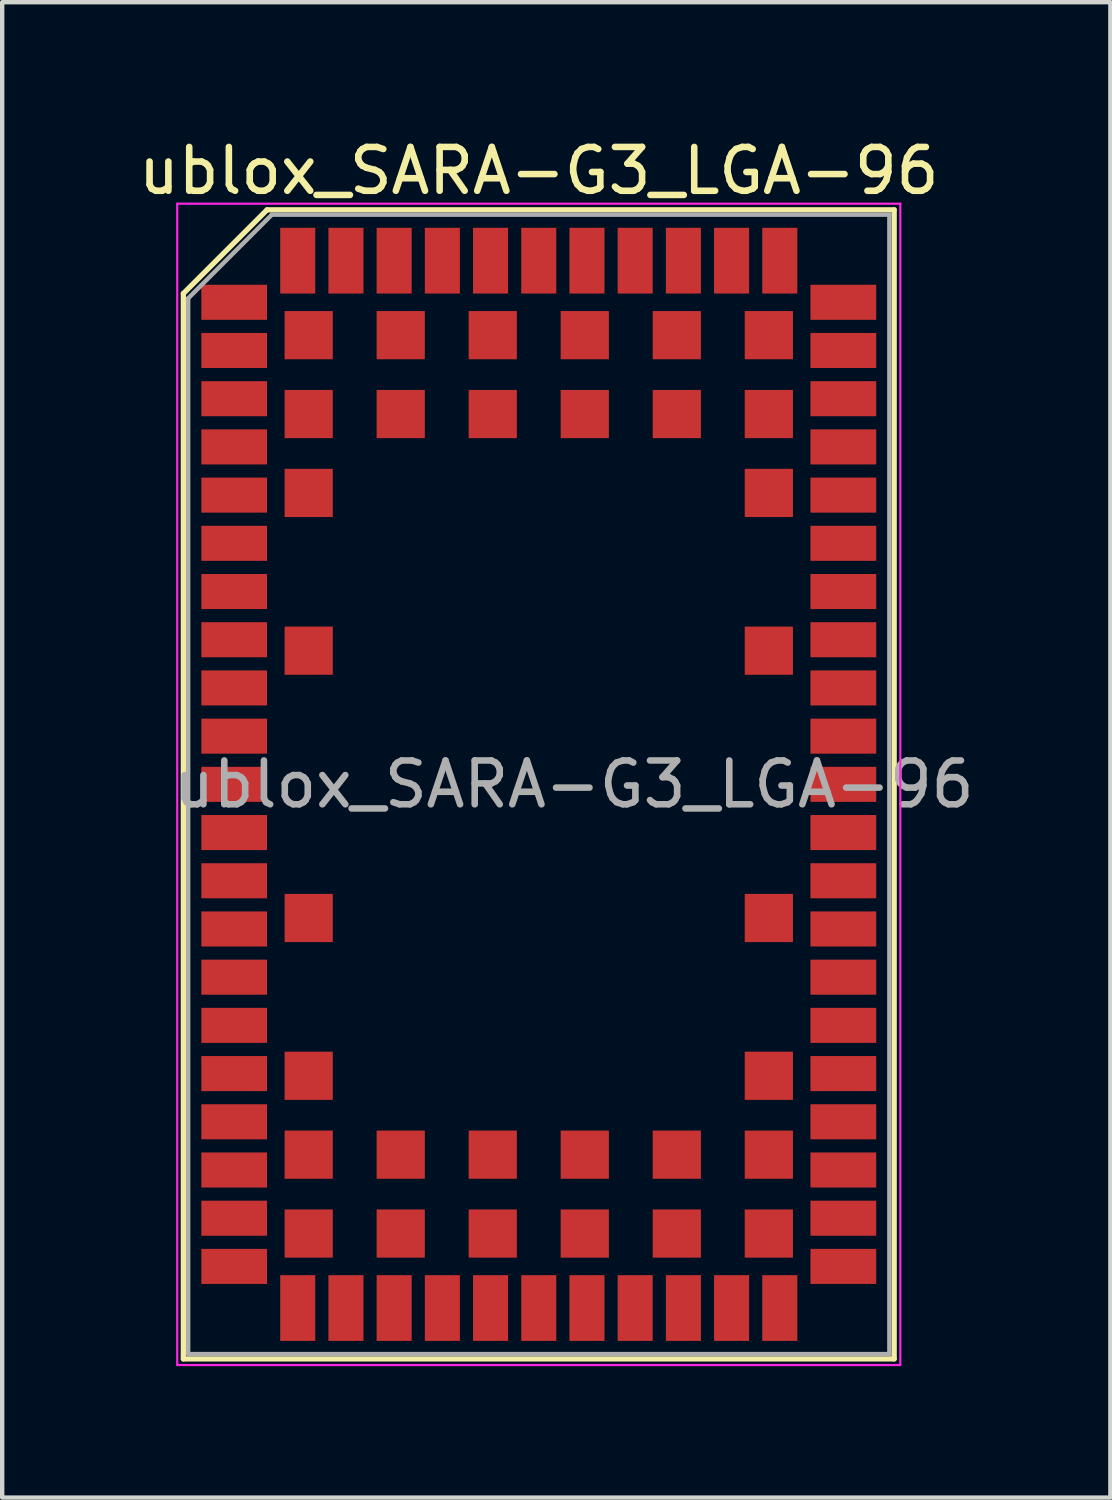
<source format=kicad_pcb>
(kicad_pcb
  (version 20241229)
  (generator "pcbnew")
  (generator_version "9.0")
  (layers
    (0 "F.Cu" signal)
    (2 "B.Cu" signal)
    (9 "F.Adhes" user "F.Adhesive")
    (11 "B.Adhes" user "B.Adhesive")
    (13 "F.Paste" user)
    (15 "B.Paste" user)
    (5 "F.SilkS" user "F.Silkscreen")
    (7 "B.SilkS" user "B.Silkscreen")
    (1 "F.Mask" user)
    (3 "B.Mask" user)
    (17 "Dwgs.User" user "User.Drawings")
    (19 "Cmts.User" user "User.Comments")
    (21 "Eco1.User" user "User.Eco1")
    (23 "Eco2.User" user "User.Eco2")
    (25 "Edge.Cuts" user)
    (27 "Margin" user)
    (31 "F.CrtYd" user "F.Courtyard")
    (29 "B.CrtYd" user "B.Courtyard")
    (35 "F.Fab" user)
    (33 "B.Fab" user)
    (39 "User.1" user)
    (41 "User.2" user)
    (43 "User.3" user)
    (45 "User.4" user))
  (footprint "ublox_SARA-G3_LGA-96"
    (layer "F.Cu")
    (at 9.244 14.848)
    (property "Reference" "ublox_SARA-G3_LGA-96" (at 0 -14 0) (layer "F.SilkS") (effects (font (size 1 1) (thickness 0.15))))
    (attr smd)
    (fp_line (start -8.11 -11.2) (end -8.11 13.11) (stroke (width 0.12) (type solid)) (layer "F.SilkS"))
    (fp_line (start -6.2 -13.11) (end -8.11 -11.2) (stroke (width 0.12) (type solid)) (layer "F.SilkS"))
    (fp_line (start 8.11 -13.11) (end -6.2 -13.11) (stroke (width 0.12) (type solid)) (layer "F.SilkS"))
    (fp_line (start 8.11 -13.11) (end 8.11 13.11) (stroke (width 0.12) (type solid)) (layer "F.SilkS"))
    (fp_line (start 8.11 13.11) (end -8.11 13.11) (stroke (width 0.12) (type solid)) (layer "F.SilkS"))
    (fp_line (start -8.25 -13.25) (end -8.25 13.25) (stroke (width 0.05) (type solid)) (layer "F.CrtYd"))
    (fp_line (start 8.25 -13.25) (end -8.25 -13.25) (stroke (width 0.05) (type solid)) (layer "F.CrtYd"))
    (fp_line (start 8.25 -13.25) (end 8.25 13.25) (stroke (width 0.05) (type solid)) (layer "F.CrtYd"))
    (fp_line (start 8.25 13.25) (end -8.25 13.25) (stroke (width 0.05) (type solid)) (layer "F.CrtYd"))
    (fp_line (start -8 -11.09) (end -8 13) (stroke (width 0.1) (type solid)) (layer "F.Fab"))
    (fp_line (start -6.09 -13) (end -8 -11.09) (stroke (width 0.1) (type solid)) (layer "F.Fab"))
    (fp_line (start 8 -13) (end -6.09 -13) (stroke (width 0.1) (type solid)) (layer "F.Fab"))
    (fp_line (start 8 -13) (end 8 13) (stroke (width 0.1) (type solid)) (layer "F.Fab"))
    (fp_line (start 8 13) (end -8 13) (stroke (width 0.1) (type solid)) (layer "F.Fab"))
    (fp_text user "${REFERENCE}" (at 0.8 0 0) (layer "F.Fab") (effects (font (size 1 1) (thickness 0.15))))
    (pad "" smd rect (at -7 -11 270) (size 0.75 1.55) (layers "F.Paste"))
    (pad "" smd rect (at -7 -9.9 270) (size 0.75 1.55) (layers "F.Paste"))
    (pad "" smd rect (at -7 -8.8 270) (size 0.75 1.55) (layers "F.Paste"))
    (pad "" smd rect (at -7 -7.7 270) (size 0.75 1.55) (layers "F.Paste"))
    (pad "" smd rect (at -7 -6.6 270) (size 0.75 1.55) (layers "F.Paste"))
    (pad "" smd rect (at -7 -5.5 270) (size 0.75 1.55) (layers "F.Paste"))
    (pad "" smd rect (at -7 -4.4 270) (size 0.75 1.55) (layers "F.Paste"))
    (pad "" smd rect (at -7 -3.3 270) (size 0.75 1.55) (layers "F.Paste"))
    (pad "" smd rect (at -7 -2.2 270) (size 0.75 1.55) (layers "F.Paste"))
    (pad "" smd rect (at -7 -1.1 270) (size 0.75 1.55) (layers "F.Paste"))
    (pad "" smd rect (at -7 0 270) (size 0.75 1.55) (layers "F.Paste"))
    (pad "" smd rect (at -7 1.1 270) (size 0.75 1.55) (layers "F.Paste"))
    (pad "" smd rect (at -7 2.2 270) (size 0.75 1.55) (layers "F.Paste"))
    (pad "" smd rect (at -7 3.3 270) (size 0.75 1.55) (layers "F.Paste"))
    (pad "" smd rect (at -7 4.4 270) (size 0.75 1.55) (layers "F.Paste"))
    (pad "" smd rect (at -7 5.5 270) (size 0.75 1.55) (layers "F.Paste"))
    (pad "" smd rect (at -7 6.6 270) (size 0.75 1.55) (layers "F.Paste"))
    (pad "" smd rect (at -7 7.7 270) (size 0.75 1.55) (layers "F.Paste"))
    (pad "" smd rect (at -7 8.8 270) (size 0.75 1.55) (layers "F.Paste"))
    (pad "" smd rect (at -7 9.9 270) (size 0.75 1.55) (layers "F.Paste"))
    (pad "" smd rect (at -7 11 270) (size 0.75 1.55) (layers "F.Paste"))
    (pad "" smd rect (at -5.5 -12) (size 0.75 1.55) (layers "F.Paste"))
    (pad "" smd rect (at -5.5 12) (size 0.75 1.55) (layers "F.Paste"))
    (pad "" smd rect (at -5.25 -10.25 180) (size 1.05 1.05) (layers "F.Paste"))
    (pad "" smd rect (at -5.25 -8.45 180) (size 1.05 1.05) (layers "F.Paste"))
    (pad "" smd rect (at -5.25 -6.65 180) (size 1.05 1.05) (layers "F.Paste"))
    (pad "" smd rect (at -5.25 -3.05 180) (size 1.05 1.05) (layers "F.Paste"))
    (pad "" smd rect (at -5.25 3.05 180) (size 1.05 1.05) (layers "F.Paste"))
    (pad "" smd rect (at -5.25 6.65 180) (size 1.05 1.05) (layers "F.Paste"))
    (pad "" smd rect (at -5.25 8.45 180) (size 1.05 1.05) (layers "F.Paste"))
    (pad "" smd rect (at -5.25 10.25 180) (size 1.05 1.05) (layers "F.Paste"))
    (pad "" smd rect (at -4.4 -12) (size 0.75 1.55) (layers "F.Paste"))
    (pad "" smd rect (at -4.4 12) (size 0.75 1.55) (layers "F.Paste"))
    (pad "" smd rect (at -3.3 -12) (size 0.75 1.55) (layers "F.Paste"))
    (pad "" smd rect (at -3.3 12) (size 0.75 1.55) (layers "F.Paste"))
    (pad "" smd rect (at -3.15 -10.25 180) (size 1.05 1.05) (layers "F.Paste"))
    (pad "" smd rect (at -3.15 -8.45 180) (size 1.05 1.05) (layers "F.Paste"))
    (pad "" smd rect (at -3.15 8.45 180) (size 1.05 1.05) (layers "F.Paste"))
    (pad "" smd rect (at -3.15 10.25 180) (size 1.05 1.05) (layers "F.Paste"))
    (pad "" smd rect (at -2.2 -12) (size 0.75 1.55) (layers "F.Paste"))
    (pad "" smd rect (at -2.2 12) (size 0.75 1.55) (layers "F.Paste"))
    (pad "" smd rect (at -1.1 -12) (size 0.75 1.55) (layers "F.Paste"))
    (pad "" smd rect (at -1.1 12) (size 0.75 1.55) (layers "F.Paste"))
    (pad "" smd rect (at -1.05 -10.25 180) (size 1.05 1.05) (layers "F.Paste"))
    (pad "" smd rect (at -1.05 -8.45 180) (size 1.05 1.05) (layers "F.Paste"))
    (pad "" smd rect (at -1.05 8.45 180) (size 1.05 1.05) (layers "F.Paste"))
    (pad "" smd rect (at -1.05 10.25 180) (size 1.05 1.05) (layers "F.Paste"))
    (pad "" smd rect (at 0 -12) (size 0.75 1.55) (layers "F.Paste"))
    (pad "" smd rect (at 0 12) (size 0.75 1.55) (layers "F.Paste"))
    (pad "" smd rect (at 1.05 -10.25 180) (size 1.05 1.05) (layers "F.Paste"))
    (pad "" smd rect (at 1.05 -8.45 180) (size 1.05 1.05) (layers "F.Paste"))
    (pad "" smd rect (at 1.05 8.45 180) (size 1.05 1.05) (layers "F.Paste"))
    (pad "" smd rect (at 1.05 10.25 180) (size 1.05 1.05) (layers "F.Paste"))
    (pad "" smd rect (at 1.1 -12) (size 0.75 1.55) (layers "F.Paste"))
    (pad "" smd rect (at 1.1 12) (size 0.75 1.55) (layers "F.Paste"))
    (pad "" smd rect (at 2.2 -12) (size 0.75 1.55) (layers "F.Paste"))
    (pad "" smd rect (at 2.2 12) (size 0.75 1.55) (layers "F.Paste"))
    (pad "" smd rect (at 3.15 -10.25 180) (size 1.05 1.05) (layers "F.Paste"))
    (pad "" smd rect (at 3.15 -8.45 180) (size 1.05 1.05) (layers "F.Paste"))
    (pad "" smd rect (at 3.15 8.45 180) (size 1.05 1.05) (layers "F.Paste"))
    (pad "" smd rect (at 3.15 10.25 180) (size 1.05 1.05) (layers "F.Paste"))
    (pad "" smd rect (at 3.3 -12) (size 0.75 1.55) (layers "F.Paste"))
    (pad "" smd rect (at 3.3 12) (size 0.75 1.55) (layers "F.Paste"))
    (pad "" smd rect (at 4.4 -12) (size 0.75 1.55) (layers "F.Paste"))
    (pad "" smd rect (at 4.4 12) (size 0.75 1.55) (layers "F.Paste"))
    (pad "" smd rect (at 5.25 -10.25 180) (size 1.05 1.05) (layers "F.Paste"))
    (pad "" smd rect (at 5.25 -8.45 180) (size 1.05 1.05) (layers "F.Paste"))
    (pad "" smd rect (at 5.25 -6.65 180) (size 1.05 1.05) (layers "F.Paste"))
    (pad "" smd rect (at 5.25 -3.05 180) (size 1.05 1.05) (layers "F.Paste"))
    (pad "" smd rect (at 5.25 3.05 180) (size 1.05 1.05) (layers "F.Paste"))
    (pad "" smd rect (at 5.25 6.65 180) (size 1.05 1.05) (layers "F.Paste"))
    (pad "" smd rect (at 5.25 8.45 180) (size 1.05 1.05) (layers "F.Paste"))
    (pad "" smd rect (at 5.25 10.25 180) (size 1.05 1.05) (layers "F.Paste"))
    (pad "" smd rect (at 5.5 -12) (size 0.75 1.55) (layers "F.Paste"))
    (pad "" smd rect (at 5.5 12) (size 0.75 1.55) (layers "F.Paste"))
    (pad "" smd rect (at 7 -11 270) (size 0.75 1.55) (layers "F.Paste"))
    (pad "" smd rect (at 7 -9.9 270) (size 0.75 1.55) (layers "F.Paste"))
    (pad "" smd rect (at 7 -8.8 270) (size 0.75 1.55) (layers "F.Paste"))
    (pad "" smd rect (at 7 -7.7 270) (size 0.75 1.55) (layers "F.Paste"))
    (pad "" smd rect (at 7 -6.6 270) (size 0.75 1.55) (layers "F.Paste"))
    (pad "" smd rect (at 7 -5.5 270) (size 0.75 1.55) (layers "F.Paste"))
    (pad "" smd rect (at 7 -4.4 270) (size 0.75 1.55) (layers "F.Paste"))
    (pad "" smd rect (at 7 -3.3 270) (size 0.75 1.55) (layers "F.Paste"))
    (pad "" smd rect (at 7 -2.2 270) (size 0.75 1.55) (layers "F.Paste"))
    (pad "" smd rect (at 7 -1.1 270) (size 0.75 1.55) (layers "F.Paste"))
    (pad "" smd rect (at 7 0 270) (size 0.75 1.55) (layers "F.Paste"))
    (pad "" smd rect (at 7 1.1 270) (size 0.75 1.55) (layers "F.Paste"))
    (pad "" smd rect (at 7 2.2 270) (size 0.75 1.55) (layers "F.Paste"))
    (pad "" smd rect (at 7 3.3 270) (size 0.75 1.55) (layers "F.Paste"))
    (pad "" smd rect (at 7 4.4 270) (size 0.75 1.55) (layers "F.Paste"))
    (pad "" smd rect (at 7 5.5 270) (size 0.75 1.55) (layers "F.Paste"))
    (pad "" smd rect (at 7 6.6 270) (size 0.75 1.55) (layers "F.Paste"))
    (pad "" smd rect (at 7 7.7 270) (size 0.75 1.55) (layers "F.Paste"))
    (pad "" smd rect (at 7 8.8 270) (size 0.75 1.55) (layers "F.Paste"))
    (pad "" smd rect (at 7 9.9 270) (size 0.75 1.55) (layers "F.Paste"))
    (pad "" smd rect (at 7 11 270) (size 0.75 1.55) (layers "F.Paste"))
    (pad "1" smd rect (at -6.95 -11 270) (size 0.8 1.5) (layers "F.Cu" "F.Mask"))
    (pad "2" smd rect (at -6.95 -9.9 270) (size 0.8 1.5) (layers "F.Cu" "F.Mask"))
    (pad "3" smd rect (at -6.95 -8.8 270) (size 0.8 1.5) (layers "F.Cu" "F.Mask"))
    (pad "4" smd rect (at -6.95 -7.7 270) (size 0.8 1.5) (layers "F.Cu" "F.Mask"))
    (pad "5" smd rect (at -6.95 -6.6 270) (size 0.8 1.5) (layers "F.Cu" "F.Mask"))
    (pad "6" smd rect (at -6.95 -5.5 270) (size 0.8 1.5) (layers "F.Cu" "F.Mask"))
    (pad "7" smd rect (at -6.95 -4.4 270) (size 0.8 1.5) (layers "F.Cu" "F.Mask"))
    (pad "8" smd rect (at -6.95 -3.3 270) (size 0.8 1.5) (layers "F.Cu" "F.Mask"))
    (pad "9" smd rect (at -6.95 -2.2 270) (size 0.8 1.5) (layers "F.Cu" "F.Mask"))
    (pad "10" smd rect (at -6.95 -1.1 270) (size 0.8 1.5) (layers "F.Cu" "F.Mask"))
    (pad "11" smd rect (at -6.95 0 270) (size 0.8 1.5) (layers "F.Cu" "F.Mask"))
    (pad "12" smd rect (at -6.95 1.1 270) (size 0.8 1.5) (layers "F.Cu" "F.Mask"))
    (pad "13" smd rect (at -6.95 2.2 270) (size 0.8 1.5) (layers "F.Cu" "F.Mask"))
    (pad "14" smd rect (at -6.95 3.3 270) (size 0.8 1.5) (layers "F.Cu" "F.Mask"))
    (pad "15" smd rect (at -6.95 4.4 270) (size 0.8 1.5) (layers "F.Cu" "F.Mask"))
    (pad "16" smd rect (at -6.95 5.5 270) (size 0.8 1.5) (layers "F.Cu" "F.Mask"))
    (pad "17" smd rect (at -6.95 6.6 270) (size 0.8 1.5) (layers "F.Cu" "F.Mask"))
    (pad "18" smd rect (at -6.95 7.7 270) (size 0.8 1.5) (layers "F.Cu" "F.Mask"))
    (pad "19" smd rect (at -6.95 8.8 270) (size 0.8 1.5) (layers "F.Cu" "F.Mask"))
    (pad "20" smd rect (at -6.95 9.9 270) (size 0.8 1.5) (layers "F.Cu" "F.Mask"))
    (pad "21" smd rect (at -6.95 11 270) (size 0.8 1.5) (layers "F.Cu" "F.Mask"))
    (pad "22" smd rect (at -5.5 11.95) (size 0.8 1.5) (layers "F.Cu" "F.Mask"))
    (pad "23" smd rect (at -4.4 11.95) (size 0.8 1.5) (layers "F.Cu" "F.Mask"))
    (pad "24" smd rect (at -3.3 11.95) (size 0.8 1.5) (layers "F.Cu" "F.Mask"))
    (pad "25" smd rect (at -2.2 11.95) (size 0.8 1.5) (layers "F.Cu" "F.Mask"))
    (pad "26" smd rect (at -1.1 11.95) (size 0.8 1.5) (layers "F.Cu" "F.Mask"))
    (pad "27" smd rect (at 0 11.95) (size 0.8 1.5) (layers "F.Cu" "F.Mask"))
    (pad "28" smd rect (at 1.1 11.95) (size 0.8 1.5) (layers "F.Cu" "F.Mask"))
    (pad "29" smd rect (at 2.2 11.95) (size 0.8 1.5) (layers "F.Cu" "F.Mask"))
    (pad "30" smd rect (at 3.3 11.95) (size 0.8 1.5) (layers "F.Cu" "F.Mask"))
    (pad "31" smd rect (at 4.4 11.95) (size 0.8 1.5) (layers "F.Cu" "F.Mask"))
    (pad "32" smd rect (at 5.5 11.95) (size 0.8 1.5) (layers "F.Cu" "F.Mask"))
    (pad "33" smd rect (at 6.95 11 90) (size 0.8 1.5) (layers "F.Cu" "F.Mask"))
    (pad "34" smd rect (at 6.95 9.9 90) (size 0.8 1.5) (layers "F.Cu" "F.Mask"))
    (pad "35" smd rect (at 6.95 8.8 90) (size 0.8 1.5) (layers "F.Cu" "F.Mask"))
    (pad "36" smd rect (at 6.95 7.7 90) (size 0.8 1.5) (layers "F.Cu" "F.Mask"))
    (pad "37" smd rect (at 6.95 6.6 90) (size 0.8 1.5) (layers "F.Cu" "F.Mask"))
    (pad "38" smd rect (at 6.95 5.5 90) (size 0.8 1.5) (layers "F.Cu" "F.Mask"))
    (pad "39" smd rect (at 6.95 4.4 90) (size 0.8 1.5) (layers "F.Cu" "F.Mask"))
    (pad "40" smd rect (at 6.95 3.3 90) (size 0.8 1.5) (layers "F.Cu" "F.Mask"))
    (pad "41" smd rect (at 6.95 2.2 90) (size 0.8 1.5) (layers "F.Cu" "F.Mask"))
    (pad "42" smd rect (at 6.95 1.1 90) (size 0.8 1.5) (layers "F.Cu" "F.Mask"))
    (pad "43" smd rect (at 6.95 0 90) (size 0.8 1.5) (layers "F.Cu" "F.Mask"))
    (pad "44" smd rect (at 6.95 -1.1 90) (size 0.8 1.5) (layers "F.Cu" "F.Mask"))
    (pad "45" smd rect (at 6.95 -2.2 90) (size 0.8 1.5) (layers "F.Cu" "F.Mask"))
    (pad "46" smd rect (at 6.95 -3.3 90) (size 0.8 1.5) (layers "F.Cu" "F.Mask"))
    (pad "47" smd rect (at 6.95 -4.4 90) (size 0.8 1.5) (layers "F.Cu" "F.Mask"))
    (pad "48" smd rect (at 6.95 -5.5 90) (size 0.8 1.5) (layers "F.Cu" "F.Mask"))
    (pad "49" smd rect (at 6.95 -6.6 90) (size 0.8 1.5) (layers "F.Cu" "F.Mask"))
    (pad "50" smd rect (at 6.95 -7.7 90) (size 0.8 1.5) (layers "F.Cu" "F.Mask"))
    (pad "51" smd rect (at 6.95 -8.8 90) (size 0.8 1.5) (layers "F.Cu" "F.Mask"))
    (pad "52" smd rect (at 6.95 -9.9 90) (size 0.8 1.5) (layers "F.Cu" "F.Mask"))
    (pad "53" smd rect (at 6.95 -11 90) (size 0.8 1.5) (layers "F.Cu" "F.Mask"))
    (pad "54" smd rect (at 5.5 -11.95 180) (size 0.8 1.5) (layers "F.Cu" "F.Mask"))
    (pad "55" smd rect (at 4.4 -11.95 180) (size 0.8 1.5) (layers "F.Cu" "F.Mask"))
    (pad "56" smd rect (at 3.3 -11.95 180) (size 0.8 1.5) (layers "F.Cu" "F.Mask"))
    (pad "57" smd rect (at 2.2 -11.95 180) (size 0.8 1.5) (layers "F.Cu" "F.Mask"))
    (pad "58" smd rect (at 1.1 -11.95 180) (size 0.8 1.5) (layers "F.Cu" "F.Mask"))
    (pad "59" smd rect (at 0 -11.95 180) (size 0.8 1.5) (layers "F.Cu" "F.Mask"))
    (pad "60" smd rect (at -1.1 -11.95 180) (size 0.8 1.5) (layers "F.Cu" "F.Mask"))
    (pad "61" smd rect (at -2.2 -11.95 180) (size 0.8 1.5) (layers "F.Cu" "F.Mask"))
    (pad "62" smd rect (at -3.3 -11.95 180) (size 0.8 1.5) (layers "F.Cu" "F.Mask"))
    (pad "63" smd rect (at -4.4 -11.95 180) (size 0.8 1.5) (layers "F.Cu" "F.Mask"))
    (pad "64" smd rect (at -5.5 -11.95 180) (size 0.8 1.5) (layers "F.Cu" "F.Mask"))
    (pad "65" smd rect (at -5.25 -10.25 180) (size 1.1 1.1) (layers "F.Cu" "F.Mask"))
    (pad "66" smd rect (at -3.15 -10.25 180) (size 1.1 1.1) (layers "F.Cu" "F.Mask"))
    (pad "67" smd rect (at -1.05 -10.25 180) (size 1.1 1.1) (layers "F.Cu" "F.Mask"))
    (pad "68" smd rect (at 1.05 -10.25 180) (size 1.1 1.1) (layers "F.Cu" "F.Mask"))
    (pad "69" smd rect (at 3.15 -10.25 180) (size 1.1 1.1) (layers "F.Cu" "F.Mask"))
    (pad "70" smd rect (at 5.25 -10.25 180) (size 1.1 1.1) (layers "F.Cu" "F.Mask"))
    (pad "71" smd rect (at -5.25 -8.45 180) (size 1.1 1.1) (layers "F.Cu" "F.Mask"))
    (pad "72" smd rect (at -3.15 -8.45 180) (size 1.1 1.1) (layers "F.Cu" "F.Mask"))
    (pad "73" smd rect (at -1.05 -8.45 180) (size 1.1 1.1) (layers "F.Cu" "F.Mask"))
    (pad "74" smd rect (at 1.05 -8.45 180) (size 1.1 1.1) (layers "F.Cu" "F.Mask"))
    (pad "75" smd rect (at 3.15 -8.45 180) (size 1.1 1.1) (layers "F.Cu" "F.Mask"))
    (pad "76" smd rect (at 5.25 -8.45 180) (size 1.1 1.1) (layers "F.Cu" "F.Mask"))
    (pad "77" smd rect (at -5.25 -6.65 180) (size 1.1 1.1) (layers "F.Cu" "F.Mask"))
    (pad "78" smd rect (at 5.25 -6.65 180) (size 1.1 1.1) (layers "F.Cu" "F.Mask"))
    (pad "79" smd rect (at -5.25 -3.05 180) (size 1.1 1.1) (layers "F.Cu" "F.Mask"))
    (pad "80" smd rect (at 5.25 -3.05 180) (size 1.1 1.1) (layers "F.Cu" "F.Mask"))
    (pad "81" smd rect (at -5.25 3.05 180) (size 1.1 1.1) (layers "F.Cu" "F.Mask"))
    (pad "82" smd rect (at 5.25 3.05 180) (size 1.1 1.1) (layers "F.Cu" "F.Mask"))
    (pad "83" smd rect (at -5.25 6.65 180) (size 1.1 1.1) (layers "F.Cu" "F.Mask"))
    (pad "84" smd rect (at 5.25 6.65 180) (size 1.1 1.1) (layers "F.Cu" "F.Mask"))
    (pad "85" smd rect (at -5.25 8.45 180) (size 1.1 1.1) (layers "F.Cu" "F.Mask"))
    (pad "86" smd rect (at -3.15 8.45 180) (size 1.1 1.1) (layers "F.Cu" "F.Mask"))
    (pad "87" smd rect (at -1.05 8.45 180) (size 1.1 1.1) (layers "F.Cu" "F.Mask"))
    (pad "88" smd rect (at 1.05 8.45 180) (size 1.1 1.1) (layers "F.Cu" "F.Mask"))
    (pad "89" smd rect (at 3.15 8.45 180) (size 1.1 1.1) (layers "F.Cu" "F.Mask"))
    (pad "90" smd rect (at 5.25 8.45 180) (size 1.1 1.1) (layers "F.Cu" "F.Mask"))
    (pad "91" smd rect (at -5.25 10.25 180) (size 1.1 1.1) (layers "F.Cu" "F.Mask"))
    (pad "92" smd rect (at -3.15 10.25 180) (size 1.1 1.1) (layers "F.Cu" "F.Mask"))
    (pad "93" smd rect (at -1.05 10.25 270) (size 1.1 1.1) (layers "F.Cu" "F.Mask"))
    (pad "94" smd rect (at 1.05 10.25 180) (size 1.1 1.1) (layers "F.Cu" "F.Mask"))
    (pad "95" smd rect (at 3.15 10.25 180) (size 1.1 1.1) (layers "F.Cu" "F.Mask"))
    (pad "96" smd rect (at 5.25 10.25 270) (size 1.1 1.1) (layers "F.Cu" "F.Mask")))
  (gr_rect
    (start -3 -3)
    (end 22.288 31.123)
    (stroke (width 0.1) (type default))
    (fill no)
    (layer "Edge.Cuts")))
</source>
